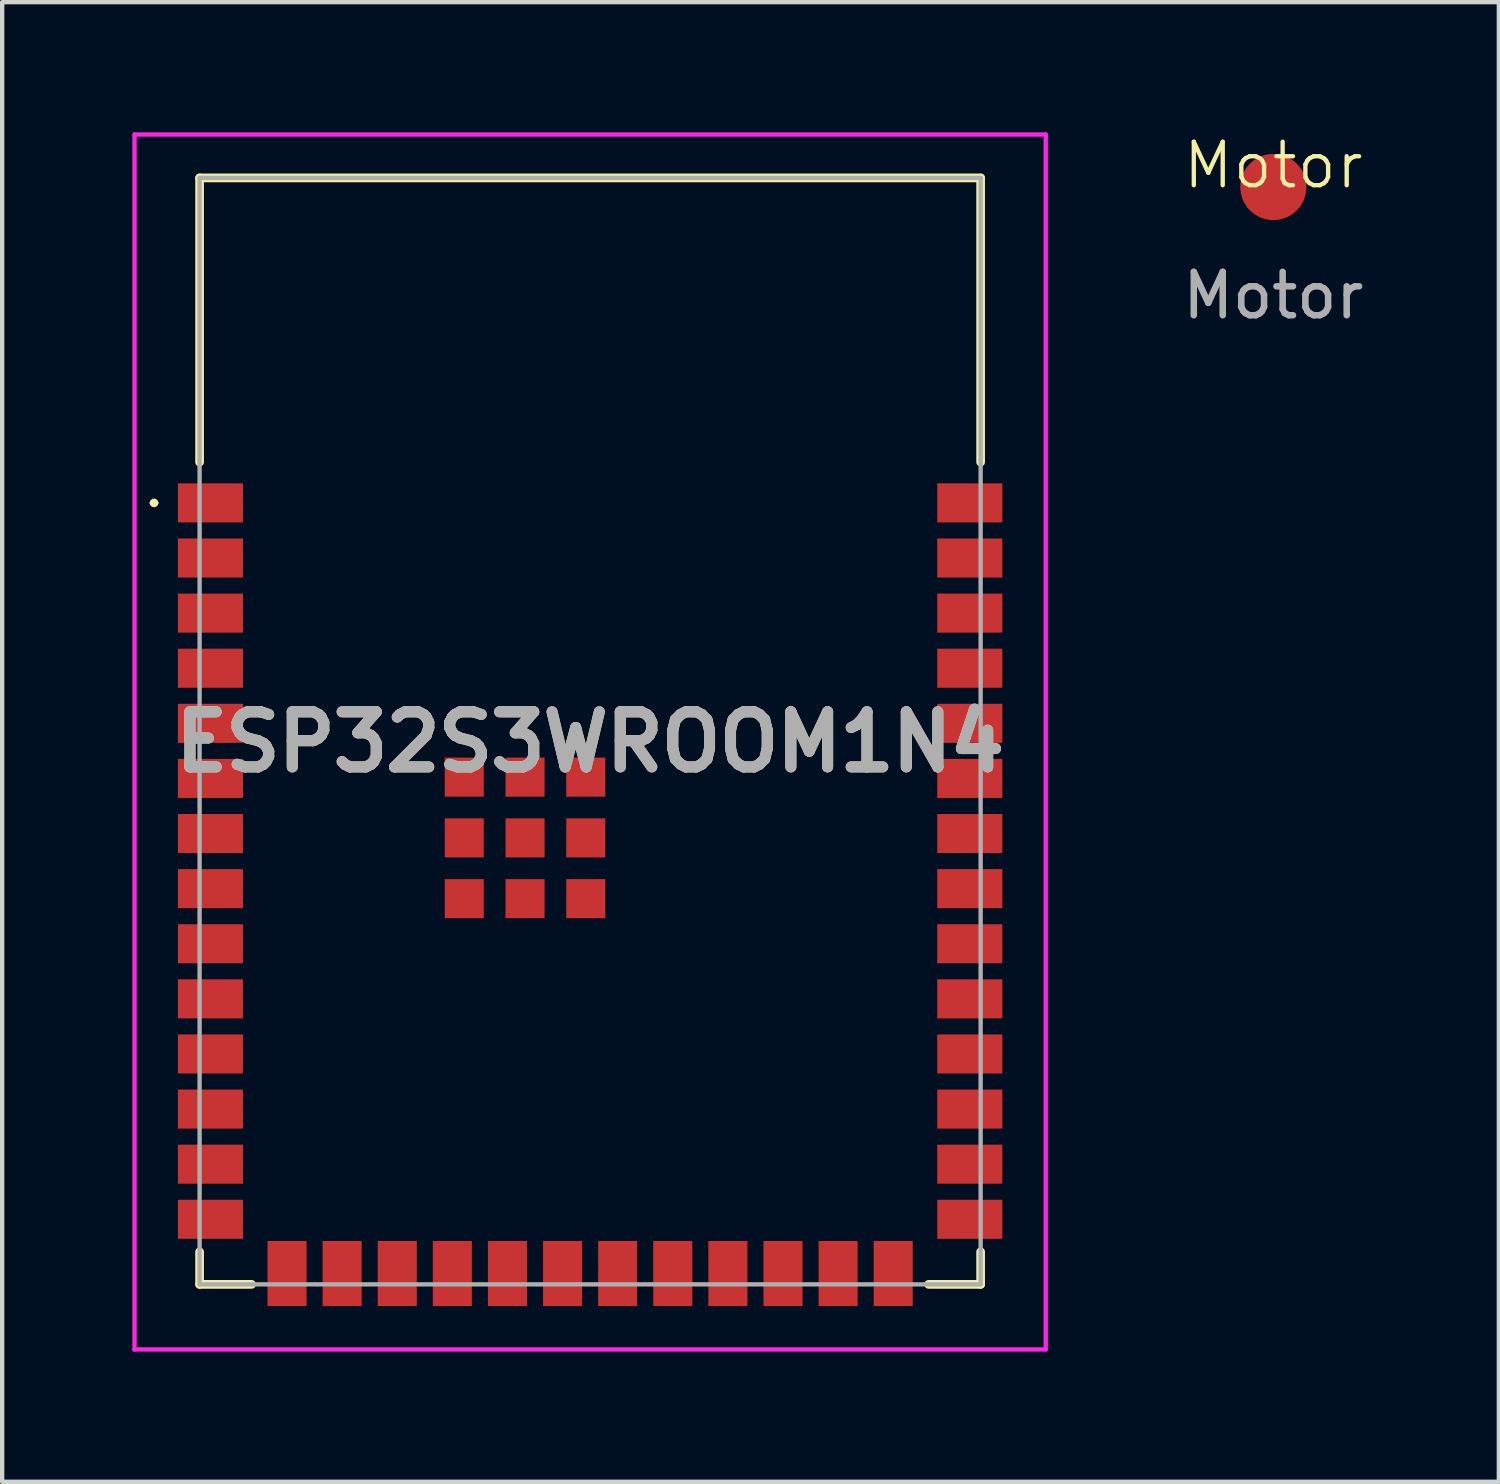
<source format=kicad_pcb>
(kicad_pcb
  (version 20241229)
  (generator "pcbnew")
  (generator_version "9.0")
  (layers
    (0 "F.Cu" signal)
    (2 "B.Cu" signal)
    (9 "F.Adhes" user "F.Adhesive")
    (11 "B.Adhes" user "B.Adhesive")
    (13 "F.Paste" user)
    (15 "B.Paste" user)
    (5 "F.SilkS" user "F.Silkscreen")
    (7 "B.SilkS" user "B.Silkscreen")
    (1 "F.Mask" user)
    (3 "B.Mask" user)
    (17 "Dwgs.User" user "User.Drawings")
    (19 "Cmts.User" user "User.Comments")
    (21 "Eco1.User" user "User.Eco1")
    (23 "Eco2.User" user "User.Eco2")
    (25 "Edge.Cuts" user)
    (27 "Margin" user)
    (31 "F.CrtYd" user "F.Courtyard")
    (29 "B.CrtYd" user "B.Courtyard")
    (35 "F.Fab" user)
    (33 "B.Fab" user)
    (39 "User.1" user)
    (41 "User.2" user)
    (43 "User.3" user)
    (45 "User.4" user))
  (footprint "ESP32S3WROOM1N4"
    (layer "F.Cu")
    (at 10.55 14.05)
    (property "Reference" "ESP32S3WROOM1N4" (at 0 0 0) (layer "F.SilkS") (effects (font (size 1.27 1.27) (thickness 0.254))))
    (attr smd)
    (fp_line (start -10.1 -5.51) (end -10.1 -5.51) (stroke (width 0.1) (type solid)) (layer "F.SilkS"))
    (fp_line (start -10 -5.51) (end -10 -5.51) (stroke (width 0.1) (type solid)) (layer "F.SilkS"))
    (fp_line (start -9 -13) (end -9 -6.45) (stroke (width 0.2) (type solid)) (layer "F.SilkS"))
    (fp_line (start -9 11.75) (end -9 12.5) (stroke (width 0.2) (type solid)) (layer "F.SilkS"))
    (fp_line (start -9 12.5) (end -7.8 12.5) (stroke (width 0.2) (type solid)) (layer "F.SilkS"))
    (fp_line (start 7.8 12.5) (end 9 12.5) (stroke (width 0.2) (type solid)) (layer "F.SilkS"))
    (fp_line (start 9 -13) (end -9 -13) (stroke (width 0.2) (type solid)) (layer "F.SilkS"))
    (fp_line (start 9 -6.45) (end 9 -13) (stroke (width 0.2) (type solid)) (layer "F.SilkS"))
    (fp_line (start 9 12.5) (end 9 11.75) (stroke (width 0.2) (type solid)) (layer "F.SilkS"))
    (fp_arc (start -10.1 -5.51) (mid -10.05 -5.56) (end -10 -5.51) (stroke (width 0.1) (type solid)) (layer "F.SilkS"))
    (fp_arc (start -10 -5.51) (mid -10.05 -5.46) (end -10.1 -5.51) (stroke (width 0.1) (type solid)) (layer "F.SilkS"))
    (fp_line (start -10.5 -14) (end 10.5 -14) (stroke (width 0.1) (type solid)) (layer "F.CrtYd"))
    (fp_line (start -10.5 14) (end -10.5 -14) (stroke (width 0.1) (type solid)) (layer "F.CrtYd"))
    (fp_line (start 10.5 -14) (end 10.5 14) (stroke (width 0.1) (type solid)) (layer "F.CrtYd"))
    (fp_line (start 10.5 14) (end -10.5 14) (stroke (width 0.1) (type solid)) (layer "F.CrtYd"))
    (fp_line (start -9 -13) (end 9 -13) (stroke (width 0.1) (type solid)) (layer "F.Fab"))
    (fp_line (start -9 12.5) (end -9 -13) (stroke (width 0.1) (type solid)) (layer "F.Fab"))
    (fp_line (start 9 -13) (end 9 12.5) (stroke (width 0.1) (type solid)) (layer "F.Fab"))
    (fp_line (start 9 12.5) (end -9 12.5) (stroke (width 0.1) (type solid)) (layer "F.Fab"))
    (fp_text user "${REFERENCE}" (at 0 0 0) (layer "F.Fab") (effects (font (size 1.27 1.27) (thickness 0.254))))
    (pad "1" smd rect (at -8.75 -5.51 90) (size 0.9 1.5) (layers "F.Cu" "F.Mask" "F.Paste"))
    (pad "2" smd rect (at -8.75 -4.24 90) (size 0.9 1.5) (layers "F.Cu" "F.Mask" "F.Paste"))
    (pad "3" smd rect (at -8.75 -2.97 90) (size 0.9 1.5) (layers "F.Cu" "F.Mask" "F.Paste"))
    (pad "4" smd rect (at -8.75 -1.7 90) (size 0.9 1.5) (layers "F.Cu" "F.Mask" "F.Paste"))
    (pad "5" smd rect (at -8.75 -0.43 90) (size 0.9 1.5) (layers "F.Cu" "F.Mask" "F.Paste"))
    (pad "6" smd rect (at -8.75 0.84 90) (size 0.9 1.5) (layers "F.Cu" "F.Mask" "F.Paste"))
    (pad "7" smd rect (at -8.75 2.11 90) (size 0.9 1.5) (layers "F.Cu" "F.Mask" "F.Paste"))
    (pad "8" smd rect (at -8.75 3.38 90) (size 0.9 1.5) (layers "F.Cu" "F.Mask" "F.Paste"))
    (pad "9" smd rect (at -8.75 4.65 90) (size 0.9 1.5) (layers "F.Cu" "F.Mask" "F.Paste"))
    (pad "10" smd rect (at -8.75 5.92 90) (size 0.9 1.5) (layers "F.Cu" "F.Mask" "F.Paste"))
    (pad "11" smd rect (at -8.75 7.19 90) (size 0.9 1.5) (layers "F.Cu" "F.Mask" "F.Paste"))
    (pad "12" smd rect (at -8.75 8.46 90) (size 0.9 1.5) (layers "F.Cu" "F.Mask" "F.Paste"))
    (pad "13" smd rect (at -8.75 9.73 90) (size 0.9 1.5) (layers "F.Cu" "F.Mask" "F.Paste"))
    (pad "14" smd rect (at -8.75 11 90) (size 0.9 1.5) (layers "F.Cu" "F.Mask" "F.Paste"))
    (pad "15" smd rect (at -6.985 12.25) (size 0.9 1.5) (layers "F.Cu" "F.Mask" "F.Paste"))
    (pad "16" smd rect (at -5.715 12.25) (size 0.9 1.5) (layers "F.Cu" "F.Mask" "F.Paste"))
    (pad "17" smd rect (at -4.445 12.25) (size 0.9 1.5) (layers "F.Cu" "F.Mask" "F.Paste"))
    (pad "18" smd rect (at -3.175 12.25) (size 0.9 1.5) (layers "F.Cu" "F.Mask" "F.Paste"))
    (pad "19" smd rect (at -1.905 12.25) (size 0.9 1.5) (layers "F.Cu" "F.Mask" "F.Paste"))
    (pad "20" smd rect (at -0.635 12.25) (size 0.9 1.5) (layers "F.Cu" "F.Mask" "F.Paste"))
    (pad "21" smd rect (at 0.635 12.25) (size 0.9 1.5) (layers "F.Cu" "F.Mask" "F.Paste"))
    (pad "22" smd rect (at 1.905 12.25) (size 0.9 1.5) (layers "F.Cu" "F.Mask" "F.Paste"))
    (pad "23" smd rect (at 3.175 12.25) (size 0.9 1.5) (layers "F.Cu" "F.Mask" "F.Paste"))
    (pad "24" smd rect (at 4.445 12.25) (size 0.9 1.5) (layers "F.Cu" "F.Mask" "F.Paste"))
    (pad "25" smd rect (at 5.715 12.25) (size 0.9 1.5) (layers "F.Cu" "F.Mask" "F.Paste"))
    (pad "26" smd rect (at 6.985 12.25) (size 0.9 1.5) (layers "F.Cu" "F.Mask" "F.Paste"))
    (pad "27" smd rect (at 8.75 11 90) (size 0.9 1.5) (layers "F.Cu" "F.Mask" "F.Paste"))
    (pad "28" smd rect (at 8.75 9.73 90) (size 0.9 1.5) (layers "F.Cu" "F.Mask" "F.Paste"))
    (pad "29" smd rect (at 8.75 8.46 90) (size 0.9 1.5) (layers "F.Cu" "F.Mask" "F.Paste"))
    (pad "30" smd rect (at 8.75 7.19 90) (size 0.9 1.5) (layers "F.Cu" "F.Mask" "F.Paste"))
    (pad "31" smd rect (at 8.75 5.92 90) (size 0.9 1.5) (layers "F.Cu" "F.Mask" "F.Paste"))
    (pad "32" smd rect (at 8.75 4.65 90) (size 0.9 1.5) (layers "F.Cu" "F.Mask" "F.Paste"))
    (pad "33" smd rect (at 8.75 3.38 90) (size 0.9 1.5) (layers "F.Cu" "F.Mask" "F.Paste"))
    (pad "34" smd rect (at 8.75 2.11 90) (size 0.9 1.5) (layers "F.Cu" "F.Mask" "F.Paste"))
    (pad "35" smd rect (at 8.75 0.84 90) (size 0.9 1.5) (layers "F.Cu" "F.Mask" "F.Paste"))
    (pad "36" smd rect (at 8.75 -0.43 90) (size 0.9 1.5) (layers "F.Cu" "F.Mask" "F.Paste"))
    (pad "37" smd rect (at 8.75 -1.7 90) (size 0.9 1.5) (layers "F.Cu" "F.Mask" "F.Paste"))
    (pad "38" smd rect (at 8.75 -2.97 90) (size 0.9 1.5) (layers "F.Cu" "F.Mask" "F.Paste"))
    (pad "39" smd rect (at 8.75 -4.24 90) (size 0.9 1.5) (layers "F.Cu" "F.Mask" "F.Paste"))
    (pad "40" smd rect (at 8.75 -5.51 90) (size 0.9 1.5) (layers "F.Cu" "F.Mask" "F.Paste"))
    (pad "41" smd rect (at -1.5 2.21) (size 0.9 0.9) (layers "F.Cu" "F.Mask" "F.Paste"))
    (pad "42" smd rect (at -0.1 2.21) (size 0.9 0.9) (layers "F.Cu" "F.Mask" "F.Paste"))
    (pad "43" smd rect (at -0.1 0.81) (size 0.9 0.9) (layers "F.Cu" "F.Mask" "F.Paste"))
    (pad "44" smd rect (at -1.5 0.81) (size 0.9 0.9) (layers "F.Cu" "F.Mask" "F.Paste"))
    (pad "45" smd rect (at -2.9 0.81) (size 0.9 0.9) (layers "F.Cu" "F.Mask" "F.Paste"))
    (pad "46" smd rect (at -2.9 2.21) (size 0.9 0.9) (layers "F.Cu" "F.Mask" "F.Paste"))
    (pad "47" smd rect (at -2.9 3.61) (size 0.9 0.9) (layers "F.Cu" "F.Mask" "F.Paste"))
    (pad "48" smd rect (at -1.5 3.61) (size 0.9 0.9) (layers "F.Cu" "F.Mask" "F.Paste"))
    (pad "49" smd rect (at -0.1 3.61) (size 0.9 0.9) (layers "F.Cu" "F.Mask" "F.Paste")))
  (footprint "Motor"
    (layer "F.Cu")
    (at 26.296 1.26)
    (property "Reference" "Motor" (at 0 -0.5 0) (unlocked yes) (layer "F.SilkS") (effects (font (size 1 1) (thickness 0.1))))
    (attr through_hole)
    (fp_text user "${REFERENCE}" (at 0 2.5 0) (unlocked yes) (layer "F.Fab") (effects (font (size 1 1) (thickness 0.15))))
    (pad "1" smd circle (at 0 0) (size 1.524 1.524) (layers "F.Cu" "F.Mask" "F.Paste")))
  (gr_rect
    (start -3 -3)
    (end 31.493 31.1)
    (stroke (width 0.1) (type default))
    (fill no)
    (layer "Edge.Cuts")))
</source>
